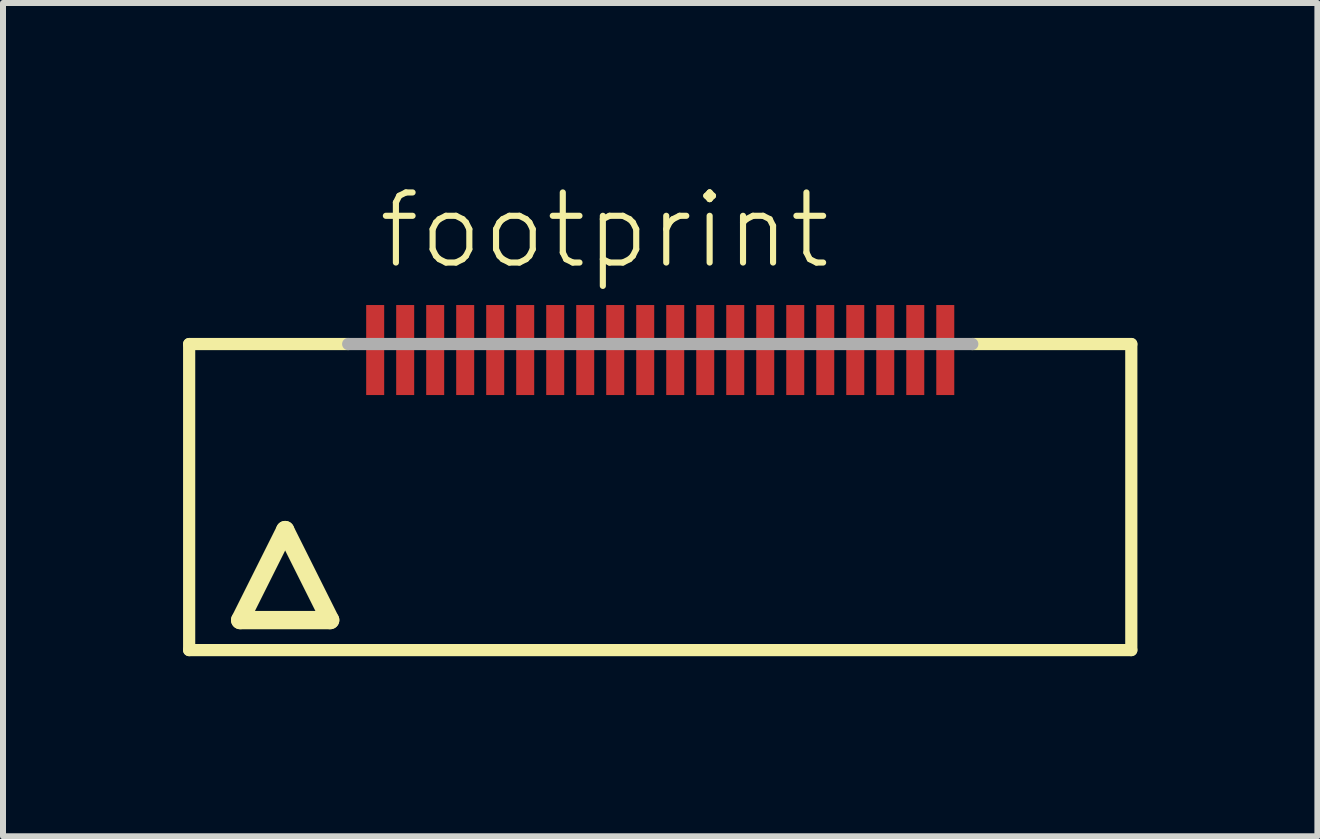
<source format=kicad_pcb>
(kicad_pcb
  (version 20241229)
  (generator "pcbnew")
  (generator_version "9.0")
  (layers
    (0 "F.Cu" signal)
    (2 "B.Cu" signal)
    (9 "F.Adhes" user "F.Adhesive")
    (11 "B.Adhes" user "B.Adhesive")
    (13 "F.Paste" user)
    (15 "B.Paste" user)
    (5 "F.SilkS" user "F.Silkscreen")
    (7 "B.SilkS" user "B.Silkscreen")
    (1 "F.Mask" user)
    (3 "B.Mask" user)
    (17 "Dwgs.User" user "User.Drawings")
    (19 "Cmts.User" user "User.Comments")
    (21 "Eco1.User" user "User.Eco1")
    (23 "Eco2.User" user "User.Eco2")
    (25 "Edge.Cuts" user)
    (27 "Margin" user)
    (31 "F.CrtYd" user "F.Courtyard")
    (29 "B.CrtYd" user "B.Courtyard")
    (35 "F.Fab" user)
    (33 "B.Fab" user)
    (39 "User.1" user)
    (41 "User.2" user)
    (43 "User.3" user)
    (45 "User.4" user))
  (footprint "footprint"
    (layer "F.Cu")
    (at 7.952 5.283)
    (property "Reference" "footprint" (at -4.75 -3.81 0) (layer "F.SilkS") (effects (font (size 1.168 1.168) (thickness 0.102)) (justify left bottom)))
    (fp_line (start -7.85 -2.6) (end -5.2 -2.6) (stroke (width 0.203) (type solid)) (layer "F.SilkS"))
    (fp_line (start -7.85 2.5) (end -7.85 -2.6) (stroke (width 0.203) (type solid)) (layer "F.SilkS"))
    (fp_line (start -7 2) (end -5.5 2) (stroke (width 0.305) (type solid)) (layer "F.SilkS"))
    (fp_line (start -6.25 0.5) (end -7 2) (stroke (width 0.305) (type solid)) (layer "F.SilkS"))
    (fp_line (start -5.5 2) (end -6.25 0.5) (stroke (width 0.305) (type solid)) (layer "F.SilkS"))
    (fp_line (start 5.2 -2.6) (end 7.85 -2.6) (stroke (width 0.203) (type solid)) (layer "F.SilkS"))
    (fp_line (start 7.85 -2.6) (end 7.85 2.5) (stroke (width 0.203) (type solid)) (layer "F.SilkS"))
    (fp_line (start 7.85 2.5) (end -7.85 2.5) (stroke (width 0.203) (type solid)) (layer "F.SilkS"))
    (fp_line (start -5.2 -2.6) (end 5.2 -2.6) (stroke (width 0.203) (type solid)) (layer "F.Fab"))
    (pad "1" smd rect (at -4.75 -2.5) (size 0.3 1.5) (layers "F.Cu" "F.Mask" "F.Paste"))
    (pad "2" smd rect (at -4.25 -2.5) (size 0.3 1.5) (layers "F.Cu" "F.Mask" "F.Paste"))
    (pad "3" smd rect (at -3.75 -2.5) (size 0.3 1.5) (layers "F.Cu" "F.Mask" "F.Paste"))
    (pad "4" smd rect (at -3.25 -2.5) (size 0.3 1.5) (layers "F.Cu" "F.Mask" "F.Paste"))
    (pad "5" smd rect (at -2.75 -2.5) (size 0.3 1.5) (layers "F.Cu" "F.Mask" "F.Paste"))
    (pad "6" smd rect (at -2.25 -2.5) (size 0.3 1.5) (layers "F.Cu" "F.Mask" "F.Paste"))
    (pad "7" smd rect (at -1.75 -2.5) (size 0.3 1.5) (layers "F.Cu" "F.Mask" "F.Paste"))
    (pad "8" smd rect (at -1.25 -2.5) (size 0.3 1.5) (layers "F.Cu" "F.Mask" "F.Paste"))
    (pad "9" smd rect (at -0.75 -2.5) (size 0.3 1.5) (layers "F.Cu" "F.Mask" "F.Paste"))
    (pad "10" smd rect (at -0.25 -2.5) (size 0.3 1.5) (layers "F.Cu" "F.Mask" "F.Paste"))
    (pad "11" smd rect (at 0.25 -2.5) (size 0.3 1.5) (layers "F.Cu" "F.Mask" "F.Paste"))
    (pad "12" smd rect (at 0.75 -2.5) (size 0.3 1.5) (layers "F.Cu" "F.Mask" "F.Paste"))
    (pad "13" smd rect (at 1.25 -2.5) (size 0.3 1.5) (layers "F.Cu" "F.Mask" "F.Paste"))
    (pad "14" smd rect (at 1.75 -2.5) (size 0.3 1.5) (layers "F.Cu" "F.Mask" "F.Paste"))
    (pad "15" smd rect (at 2.25 -2.5) (size 0.3 1.5) (layers "F.Cu" "F.Mask" "F.Paste"))
    (pad "16" smd rect (at 2.75 -2.5) (size 0.3 1.5) (layers "F.Cu" "F.Mask" "F.Paste"))
    (pad "17" smd rect (at 3.25 -2.5) (size 0.3 1.5) (layers "F.Cu" "F.Mask" "F.Paste"))
    (pad "18" smd rect (at 3.75 -2.5) (size 0.3 1.5) (layers "F.Cu" "F.Mask" "F.Paste"))
    (pad "19" smd rect (at 4.25 -2.5) (size 0.3 1.5) (layers "F.Cu" "F.Mask" "F.Paste"))
    (pad "20" smd rect (at 4.75 -2.5) (size 0.3 1.5) (layers "F.Cu" "F.Mask" "F.Paste")))
  (gr_rect
    (start -3 -3)
    (end 18.903 10.885)
    (stroke (width 0.1) (type default))
    (fill no)
    (layer "Edge.Cuts")))
</source>
